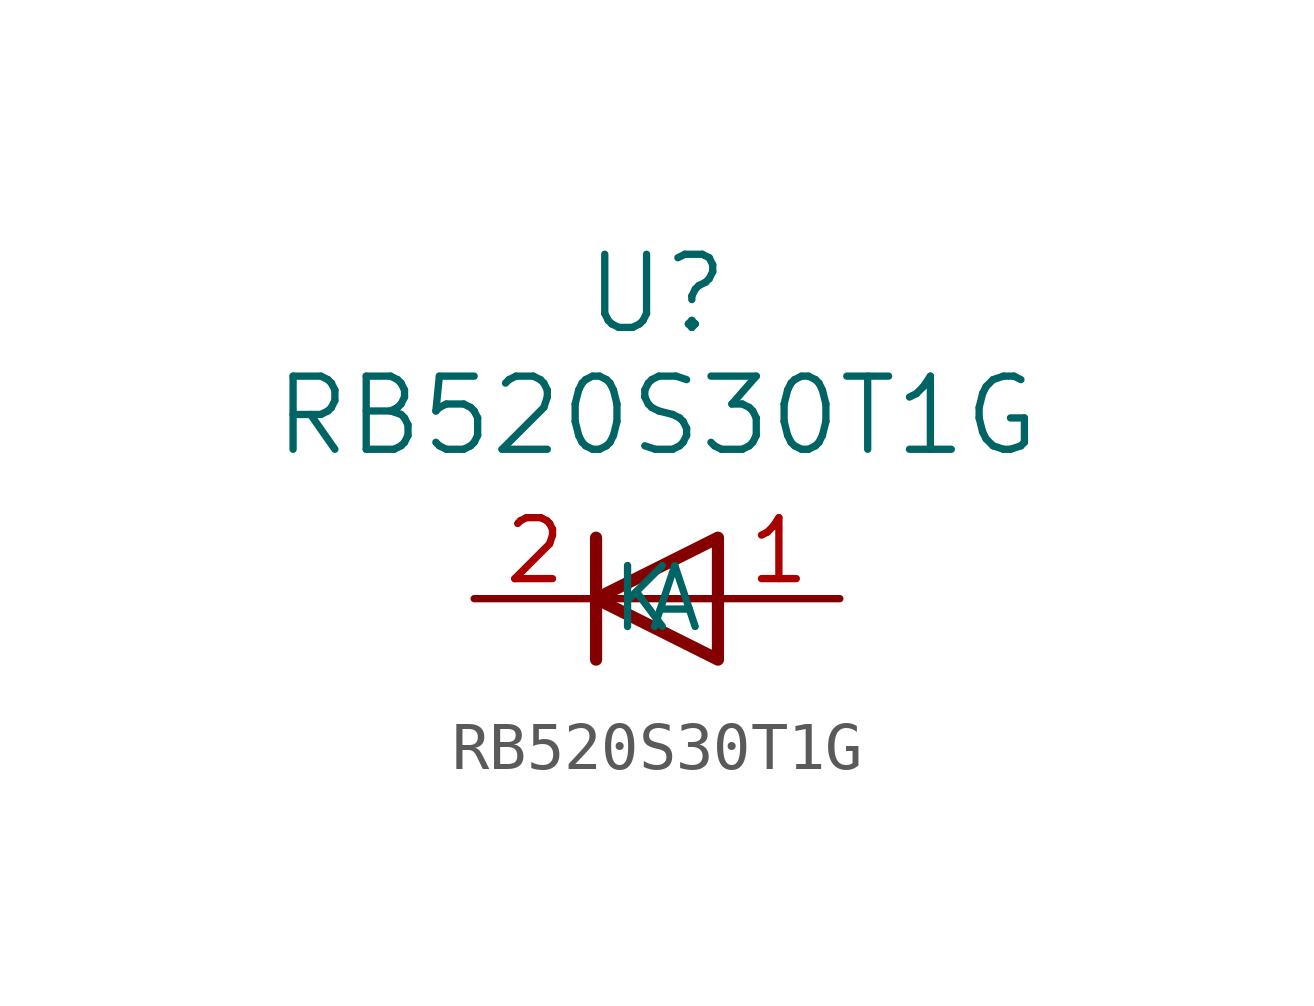
<source format=kicad_sym>
(kicad_symbol_lib
  (version 20220914)
  (generator kicad_symbol_editor)
  (symbol "RB520S30T1G"
    (pin_names
      (offset 0.254))
    (property "Reference" "U"
      (at 3.81 6.35 0)
      (effects (font (size 1.524 1.524))))
    (property "Value" "RB520S30T1G"
      (at 3.81 3.81 0)
      (effects (font (size 1.524 1.524))))
    (property "ki_locked" ""
      (at 0 0 0)
      (effects (font (size 1.27 1.27))))
    (symbol "RB520S30T1G_0_1"
      (polyline (pts (xy 2.54 1.27) (xy 2.54 -1.27)) (stroke (width 0.254) (type default)) (fill (type none)))
      (polyline (pts (xy 5.08 0) (xy 2.54 0)) (stroke (width 0) (type default)) (fill (type none)))
      (polyline (pts (xy 5.08 1.27) (xy 5.08 -1.27) (xy 2.54 0) (xy 5.08 1.27)) (stroke (width 0.254) (type default)) (fill (type none))))
    (symbol "RB520S30T1G_1_1"
      (pin passive line (at 7.62 0 180) (length 2.54) (name "A" (effects (font (size 1.27 1.27)))) (number "1" (effects (font (size 1.27 1.27)))))
      (pin passive line (at 0 0 0) (length 2.54) (name "K" (effects (font (size 1.27 1.27)))) (number "2" (effects (font (size 1.27 1.27))))))))
</source>
